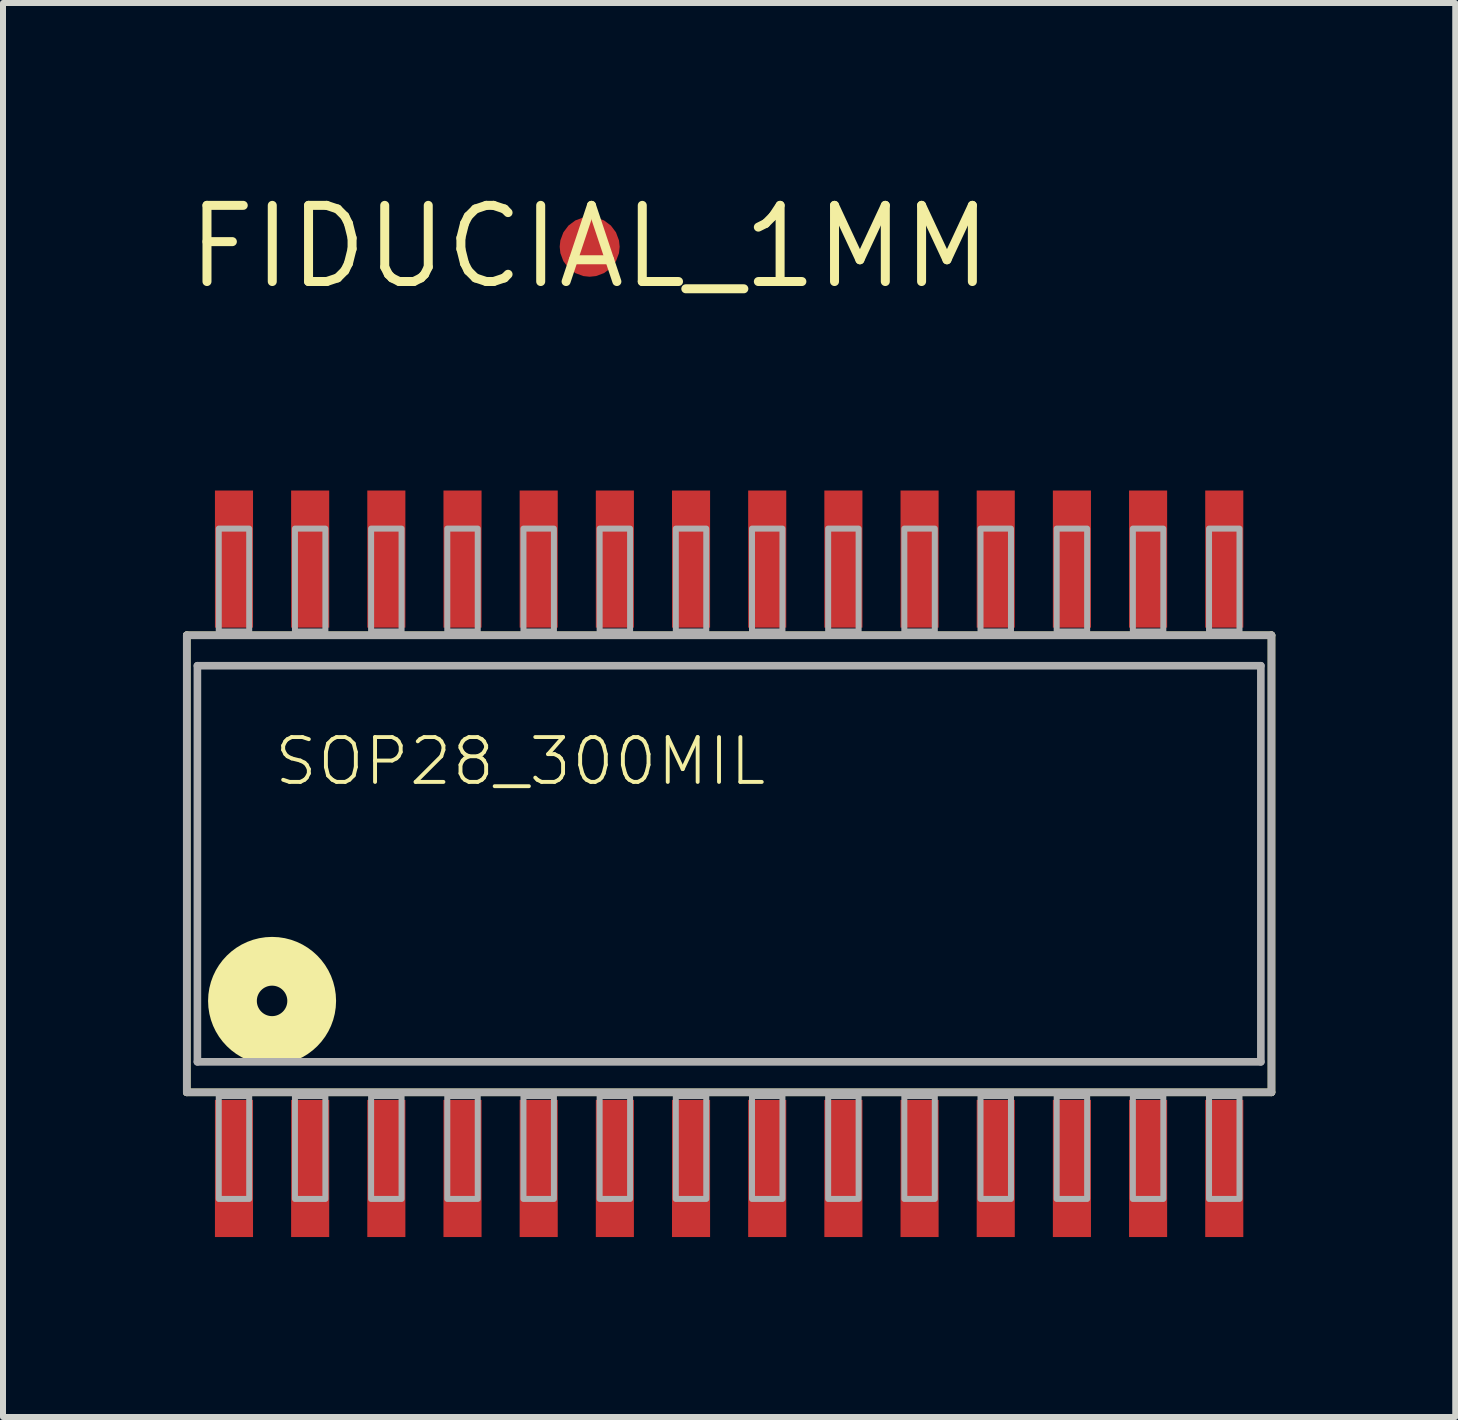
<source format=kicad_pcb>
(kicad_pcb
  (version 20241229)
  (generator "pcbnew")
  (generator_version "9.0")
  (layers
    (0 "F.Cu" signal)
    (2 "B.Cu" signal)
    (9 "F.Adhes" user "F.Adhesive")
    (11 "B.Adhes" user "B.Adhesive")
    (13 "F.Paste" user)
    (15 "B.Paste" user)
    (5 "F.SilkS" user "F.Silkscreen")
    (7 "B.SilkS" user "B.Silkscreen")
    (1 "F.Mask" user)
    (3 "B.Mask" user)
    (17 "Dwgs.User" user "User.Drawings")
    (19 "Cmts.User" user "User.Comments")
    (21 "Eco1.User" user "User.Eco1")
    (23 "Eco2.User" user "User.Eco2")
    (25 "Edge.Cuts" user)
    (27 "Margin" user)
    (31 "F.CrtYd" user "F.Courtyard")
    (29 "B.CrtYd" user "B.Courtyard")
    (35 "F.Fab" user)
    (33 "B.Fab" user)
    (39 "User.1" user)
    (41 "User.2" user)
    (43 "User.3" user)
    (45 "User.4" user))
  (footprint "SOP28_300MIL"
    (layer "F.Cu")
    (at 9.106 11.351)
    (property "Reference" "SOP28_300MIL" (at -7.62 -1.27 0) (unlocked yes) (layer "F.SilkS") (effects (font (size 0.748 0.748) (thickness 0.065)) (justify left bottom)))
    (fp_line (start -9.042 -3.81) (end -9.042 3.81) (stroke (width 0.127) (type solid)) (layer "F.SilkS"))
    (fp_line (start -9.042 3.81) (end 9.042 3.81) (stroke (width 0.127) (type solid)) (layer "F.SilkS"))
    (fp_line (start 9.042 -3.81) (end -9.042 -3.81) (stroke (width 0.127) (type solid)) (layer "F.SilkS"))
    (fp_line (start 9.042 3.81) (end 9.042 -3.81) (stroke (width 0.127) (type solid)) (layer "F.SilkS"))
    (fp_circle (center -7.62 2.286) (end -7.366 2.286) (stroke (width 0.813) (type solid)) (fill no) (layer "F.SilkS"))
    (fp_line (start -9.042 -3.81) (end -9.042 3.81) (stroke (width 0.127) (type solid)) (layer "F.Fab"))
    (fp_line (start -9.042 3.81) (end 9.042 3.81) (stroke (width 0.127) (type solid)) (layer "F.Fab"))
    (fp_line (start -8.865 -3.302) (end -8.865 3.302) (stroke (width 0.127) (type solid)) (layer "F.Fab"))
    (fp_line (start -8.865 3.302) (end 8.865 3.302) (stroke (width 0.127) (type solid)) (layer "F.Fab"))
    (fp_line (start 8.865 -3.302) (end -8.865 -3.302) (stroke (width 0.127) (type solid)) (layer "F.Fab"))
    (fp_line (start 8.865 3.302) (end 8.865 -3.302) (stroke (width 0.127) (type solid)) (layer "F.Fab"))
    (fp_line (start 9.042 -3.81) (end -9.042 -3.81) (stroke (width 0.127) (type solid)) (layer "F.Fab"))
    (fp_line (start 9.042 3.81) (end 9.042 -3.81) (stroke (width 0.127) (type solid)) (layer "F.Fab"))
    (fp_poly (pts (xy -8.509 5.588) (xy -8.001 5.588) (xy -8.001 3.873) (xy -8.509 3.873)) (stroke (width 0.1) (type default)) (fill no) (layer "F.Fab"))
    (fp_poly (pts (xy -8.001 -5.588) (xy -8.509 -5.588) (xy -8.509 -3.873) (xy -8.001 -3.873)) (stroke (width 0.1) (type default)) (fill no) (layer "F.Fab"))
    (fp_poly (pts (xy -7.239 5.588) (xy -6.731 5.588) (xy -6.731 3.873) (xy -7.239 3.873)) (stroke (width 0.1) (type default)) (fill no) (layer "F.Fab"))
    (fp_poly (pts (xy -6.731 -5.588) (xy -7.239 -5.588) (xy -7.239 -3.873) (xy -6.731 -3.873)) (stroke (width 0.1) (type default)) (fill no) (layer "F.Fab"))
    (fp_poly (pts (xy -5.969 5.588) (xy -5.461 5.588) (xy -5.461 3.873) (xy -5.969 3.873)) (stroke (width 0.1) (type default)) (fill no) (layer "F.Fab"))
    (fp_poly (pts (xy -5.461 -5.588) (xy -5.969 -5.588) (xy -5.969 -3.873) (xy -5.461 -3.873)) (stroke (width 0.1) (type default)) (fill no) (layer "F.Fab"))
    (fp_poly (pts (xy -4.699 5.588) (xy -4.191 5.588) (xy -4.191 3.873) (xy -4.699 3.873)) (stroke (width 0.1) (type default)) (fill no) (layer "F.Fab"))
    (fp_poly (pts (xy -4.191 -5.588) (xy -4.699 -5.588) (xy -4.699 -3.873) (xy -4.191 -3.873)) (stroke (width 0.1) (type default)) (fill no) (layer "F.Fab"))
    (fp_poly (pts (xy -3.429 5.588) (xy -2.921 5.588) (xy -2.921 3.873) (xy -3.429 3.873)) (stroke (width 0.1) (type default)) (fill no) (layer "F.Fab"))
    (fp_poly (pts (xy -2.921 -5.588) (xy -3.429 -5.588) (xy -3.429 -3.873) (xy -2.921 -3.873)) (stroke (width 0.1) (type default)) (fill no) (layer "F.Fab"))
    (fp_poly (pts (xy -2.159 5.588) (xy -1.651 5.588) (xy -1.651 3.873) (xy -2.159 3.873)) (stroke (width 0.1) (type default)) (fill no) (layer "F.Fab"))
    (fp_poly (pts (xy -1.651 -5.588) (xy -2.159 -5.588) (xy -2.159 -3.873) (xy -1.651 -3.873)) (stroke (width 0.1) (type default)) (fill no) (layer "F.Fab"))
    (fp_poly (pts (xy -0.889 5.588) (xy -0.381 5.588) (xy -0.381 3.873) (xy -0.889 3.873)) (stroke (width 0.1) (type default)) (fill no) (layer "F.Fab"))
    (fp_poly (pts (xy -0.381 -5.588) (xy -0.889 -5.588) (xy -0.889 -3.873) (xy -0.381 -3.873)) (stroke (width 0.1) (type default)) (fill no) (layer "F.Fab"))
    (fp_poly (pts (xy 0.381 5.588) (xy 0.889 5.588) (xy 0.889 3.873) (xy 0.381 3.873)) (stroke (width 0.1) (type default)) (fill no) (layer "F.Fab"))
    (fp_poly (pts (xy 0.889 -5.588) (xy 0.381 -5.588) (xy 0.381 -3.873) (xy 0.889 -3.873)) (stroke (width 0.1) (type default)) (fill no) (layer "F.Fab"))
    (fp_poly (pts (xy 1.651 5.588) (xy 2.159 5.588) (xy 2.159 3.873) (xy 1.651 3.873)) (stroke (width 0.1) (type default)) (fill no) (layer "F.Fab"))
    (fp_poly (pts (xy 2.159 -5.588) (xy 1.651 -5.588) (xy 1.651 -3.873) (xy 2.159 -3.873)) (stroke (width 0.1) (type default)) (fill no) (layer "F.Fab"))
    (fp_poly (pts (xy 2.921 5.588) (xy 3.429 5.588) (xy 3.429 3.873) (xy 2.921 3.873)) (stroke (width 0.1) (type default)) (fill no) (layer "F.Fab"))
    (fp_poly (pts (xy 3.429 -5.588) (xy 2.921 -5.588) (xy 2.921 -3.873) (xy 3.429 -3.873)) (stroke (width 0.1) (type default)) (fill no) (layer "F.Fab"))
    (fp_poly (pts (xy 4.191 5.588) (xy 4.699 5.588) (xy 4.699 3.873) (xy 4.191 3.873)) (stroke (width 0.1) (type default)) (fill no) (layer "F.Fab"))
    (fp_poly (pts (xy 4.699 -5.588) (xy 4.191 -5.588) (xy 4.191 -3.873) (xy 4.699 -3.873)) (stroke (width 0.1) (type default)) (fill no) (layer "F.Fab"))
    (fp_poly (pts (xy 5.461 5.588) (xy 5.969 5.588) (xy 5.969 3.873) (xy 5.461 3.873)) (stroke (width 0.1) (type default)) (fill no) (layer "F.Fab"))
    (fp_poly (pts (xy 5.969 -5.588) (xy 5.461 -5.588) (xy 5.461 -3.873) (xy 5.969 -3.873)) (stroke (width 0.1) (type default)) (fill no) (layer "F.Fab"))
    (fp_poly (pts (xy 6.731 5.588) (xy 7.239 5.588) (xy 7.239 3.873) (xy 6.731 3.873)) (stroke (width 0.1) (type default)) (fill no) (layer "F.Fab"))
    (fp_poly (pts (xy 7.239 -5.588) (xy 6.731 -5.588) (xy 6.731 -3.873) (xy 7.239 -3.873)) (stroke (width 0.1) (type default)) (fill no) (layer "F.Fab"))
    (fp_poly (pts (xy 8.001 5.588) (xy 8.509 5.588) (xy 8.509 3.873) (xy 8.001 3.873)) (stroke (width 0.1) (type default)) (fill no) (layer "F.Fab"))
    (fp_poly (pts (xy 8.509 -5.588) (xy 8.001 -5.588) (xy 8.001 -3.873) (xy 8.509 -3.873)) (stroke (width 0.1) (type default)) (fill no) (layer "F.Fab"))
    (pad "P$1" smd rect (at -8.255 5.08) (size 0.635 2.286) (layers "F.Cu" "F.Mask" "F.Paste"))
    (pad "P$2" smd rect (at -6.985 5.08) (size 0.635 2.286) (layers "F.Cu" "F.Mask" "F.Paste"))
    (pad "P$3" smd rect (at -5.715 5.08) (size 0.635 2.286) (layers "F.Cu" "F.Mask" "F.Paste"))
    (pad "P$4" smd rect (at -4.445 5.08) (size 0.635 2.286) (layers "F.Cu" "F.Mask" "F.Paste"))
    (pad "P$5" smd rect (at -3.175 5.08) (size 0.635 2.286) (layers "F.Cu" "F.Mask" "F.Paste"))
    (pad "P$6" smd rect (at -1.905 5.08) (size 0.635 2.286) (layers "F.Cu" "F.Mask" "F.Paste"))
    (pad "P$7" smd rect (at -0.635 5.08) (size 0.635 2.286) (layers "F.Cu" "F.Mask" "F.Paste"))
    (pad "P$8" smd rect (at 0.635 5.08) (size 0.635 2.286) (layers "F.Cu" "F.Mask" "F.Paste"))
    (pad "P$9" smd rect (at 1.905 5.08) (size 0.635 2.286) (layers "F.Cu" "F.Mask" "F.Paste"))
    (pad "P$10" smd rect (at 3.175 5.08) (size 0.635 2.286) (layers "F.Cu" "F.Mask" "F.Paste"))
    (pad "P$11" smd rect (at 4.445 5.08) (size 0.635 2.286) (layers "F.Cu" "F.Mask" "F.Paste"))
    (pad "P$12" smd rect (at 5.715 5.08) (size 0.635 2.286) (layers "F.Cu" "F.Mask" "F.Paste"))
    (pad "P$13" smd rect (at 6.985 5.08) (size 0.635 2.286) (layers "F.Cu" "F.Mask" "F.Paste"))
    (pad "P$14" smd rect (at 8.255 5.08) (size 0.635 2.286) (layers "F.Cu" "F.Mask" "F.Paste"))
    (pad "P$15" smd rect (at 8.255 -5.08 180) (size 0.635 2.286) (layers "F.Cu" "F.Mask" "F.Paste"))
    (pad "P$16" smd rect (at 6.985 -5.08 180) (size 0.635 2.286) (layers "F.Cu" "F.Mask" "F.Paste"))
    (pad "P$17" smd rect (at 5.715 -5.08 180) (size 0.635 2.286) (layers "F.Cu" "F.Mask" "F.Paste"))
    (pad "P$18" smd rect (at 4.445 -5.08 180) (size 0.635 2.286) (layers "F.Cu" "F.Mask" "F.Paste"))
    (pad "P$19" smd rect (at 3.175 -5.08 180) (size 0.635 2.286) (layers "F.Cu" "F.Mask" "F.Paste"))
    (pad "P$20" smd rect (at 1.905 -5.08 180) (size 0.635 2.286) (layers "F.Cu" "F.Mask" "F.Paste"))
    (pad "P$21" smd rect (at 0.635 -5.08 180) (size 0.635 2.286) (layers "F.Cu" "F.Mask" "F.Paste"))
    (pad "P$22" smd rect (at -0.635 -5.08 180) (size 0.635 2.286) (layers "F.Cu" "F.Mask" "F.Paste"))
    (pad "P$23" smd rect (at -1.905 -5.08 180) (size 0.635 2.286) (layers "F.Cu" "F.Mask" "F.Paste"))
    (pad "P$24" smd rect (at -3.175 -5.08 180) (size 0.635 2.286) (layers "F.Cu" "F.Mask" "F.Paste"))
    (pad "P$25" smd rect (at -4.445 -5.08 180) (size 0.635 2.286) (layers "F.Cu" "F.Mask" "F.Paste"))
    (pad "P$26" smd rect (at -5.715 -5.08 180) (size 0.635 2.286) (layers "F.Cu" "F.Mask" "F.Paste"))
    (pad "P$27" smd rect (at -6.985 -5.08 180) (size 0.635 2.286) (layers "F.Cu" "F.Mask" "F.Paste"))
    (pad "P$28" smd rect (at -8.255 -5.08 180) (size 0.635 2.286) (layers "F.Cu" "F.Mask" "F.Paste")))
  (footprint "FIDUCIAL_1MM"
    (layer "F.Cu")
    (at 6.781 1.064)
    (property "Reference" "FIDUCIAL_1MM" (at 0 0 0) (layer "F.SilkS") (effects (font (size 1.27 1.27) (thickness 0.15))))
    (fp_poly (pts (xy 0.404 -0.984) (xy 0.591 -0.885) (xy 0.752 -0.752) (xy 0.885 -0.591) (xy 0.983 -0.407) (xy 1.043 -0.208) (xy 1.064 0.003) (xy 0.984 0.404) (xy 0.885 0.591) (xy 0.752 0.752) (xy 0.591 0.885) (xy 0.407 0.983) (xy 0.208 1.043) (xy -0.003 1.064) (xy -0.404 0.984) (xy -0.591 0.885) (xy -0.752 0.752) (xy -0.885 0.591) (xy -0.983 0.407) (xy -1.043 0.208) (xy -1.064 -0.003) (xy -0.984 -0.404) (xy -0.885 -0.591) (xy -0.752 -0.752) (xy -0.591 -0.885) (xy -0.407 -0.983) (xy -0.208 -1.043) (xy 0.003 -1.064)) (stroke (width 0) (type default)) (fill yes) (layer "F.Mask"))
    (pad "1" smd roundrect (at 0 0) (size 1 1) (layers "F.Cu") (roundrect_rratio 0.5))
    (zone (net_name "") (layer "F.Cu") (hatch edge 0.5) (connect_pads) (min_thickness 0.25) (filled_areas_thickness no) (keepout (tracks not_allowed) (vias not_allowed) (pads not_allowed) (copperpour not_allowed) (footprints allowed)) (placement (enabled no)) (fill) (polygon (pts (xy 5.781 1.064) (xy 5.8 1.259) (xy 5.857 1.447) (xy 5.949 1.62) (xy 6.074 1.771) (xy 6.225 1.896) (xy 6.398 1.988) (xy 6.781 2.064) (xy 6.976 2.045) (xy 7.163 1.988) (xy 7.336 1.896) (xy 7.488 1.771) (xy 7.612 1.62) (xy 7.704 1.447) (xy 7.781 1.064) (xy 7.761 0.869) (xy 7.704 0.681) (xy 7.612 0.509) (xy 7.488 0.357) (xy 7.336 0.233) (xy 7.163 0.14) (xy 6.781 0.064) (xy 6.586 0.083) (xy 6.398 0.14) (xy 6.225 0.233) (xy 6.074 0.357) (xy 5.949 0.509) (xy 5.857 0.681)))))
  (gr_rect
    (start -3 -3)
    (end 21.212 20.574)
    (stroke (width 0.1) (type default))
    (fill no)
    (layer "Edge.Cuts")))
</source>
